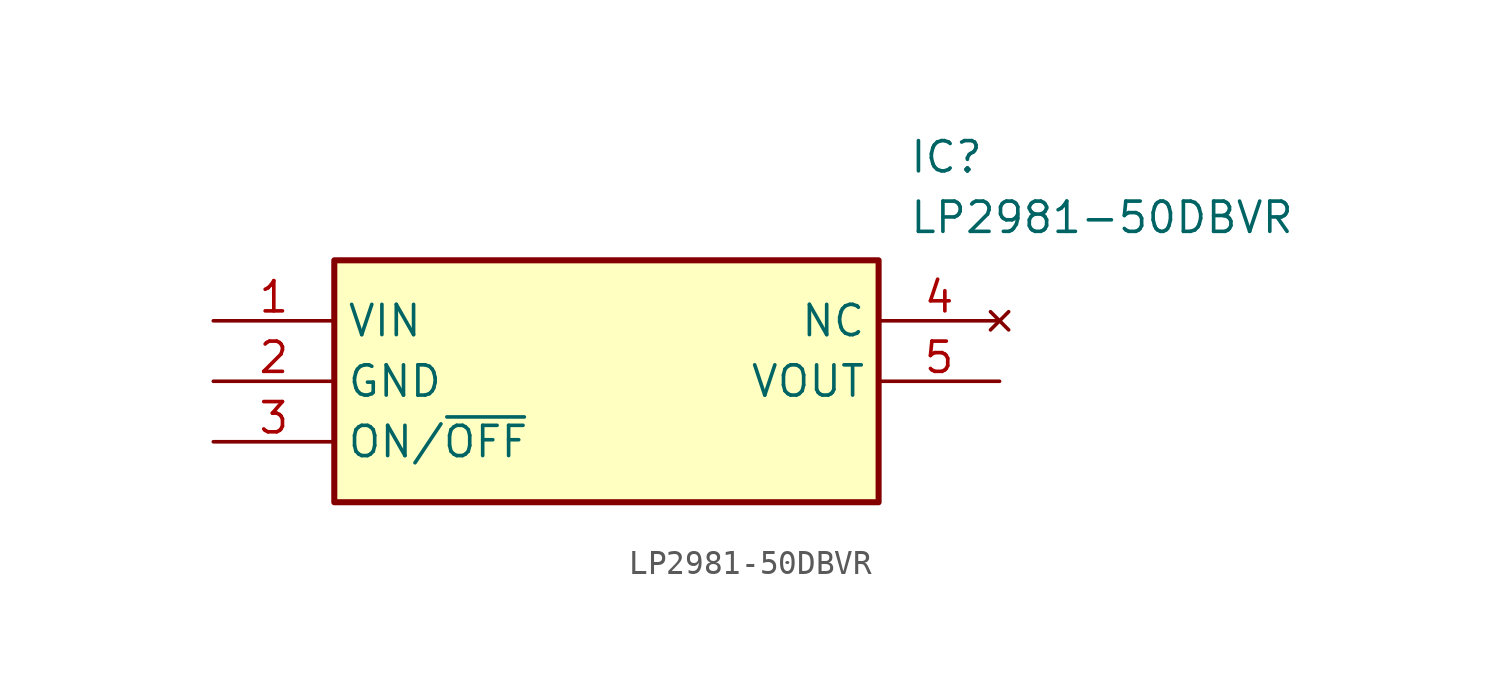
<source format=kicad_sym>
(kicad_symbol_lib
  (version 20211014)
  (generator SamacSys_ECAD_Model)
  (symbol "LP2981-50DBVR"
    (property "Reference" "IC"
      (at 29.21 7.62 0)
      (effects (font (size 1.27 1.27)) (justify left top)))
    (property "Value" "LP2981-50DBVR"
      (at 29.21 5.08 0)
      (effects (font (size 1.27 1.27)) (justify left top)))
    (rectangle
      (start 5.08 2.54)
      (end 27.94 -7.62)
      (stroke (width 0.254) (type default))
      (fill (type background)))
    (pin passive line
      (at 0 0 0)
      (length 5.08)
      (name "VIN" (effects (font (size 1.27 1.27))))
      (number "1" (effects (font (size 1.27 1.27)))))
    (pin passive line
      (at 0 -2.54 0)
      (length 5.08)
      (name "GND" (effects (font (size 1.27 1.27))))
      (number "2" (effects (font (size 1.27 1.27)))))
    (pin passive line
      (at 0 -5.08 0)
      (length 5.08)
      (name "ON/~{OFF}" (effects (font (size 1.27 1.27))))
      (number "3" (effects (font (size 1.27 1.27)))))
    (pin no_connect line
      (at 33.02 0 180)
      (length 5.08)
      (name "NC" (effects (font (size 1.27 1.27))))
      (number "4" (effects (font (size 1.27 1.27)))))
    (pin passive line
      (at 33.02 -2.54 180)
      (length 5.08)
      (name "VOUT" (effects (font (size 1.27 1.27))))
      (number "5" (effects (font (size 1.27 1.27)))))))
</source>
